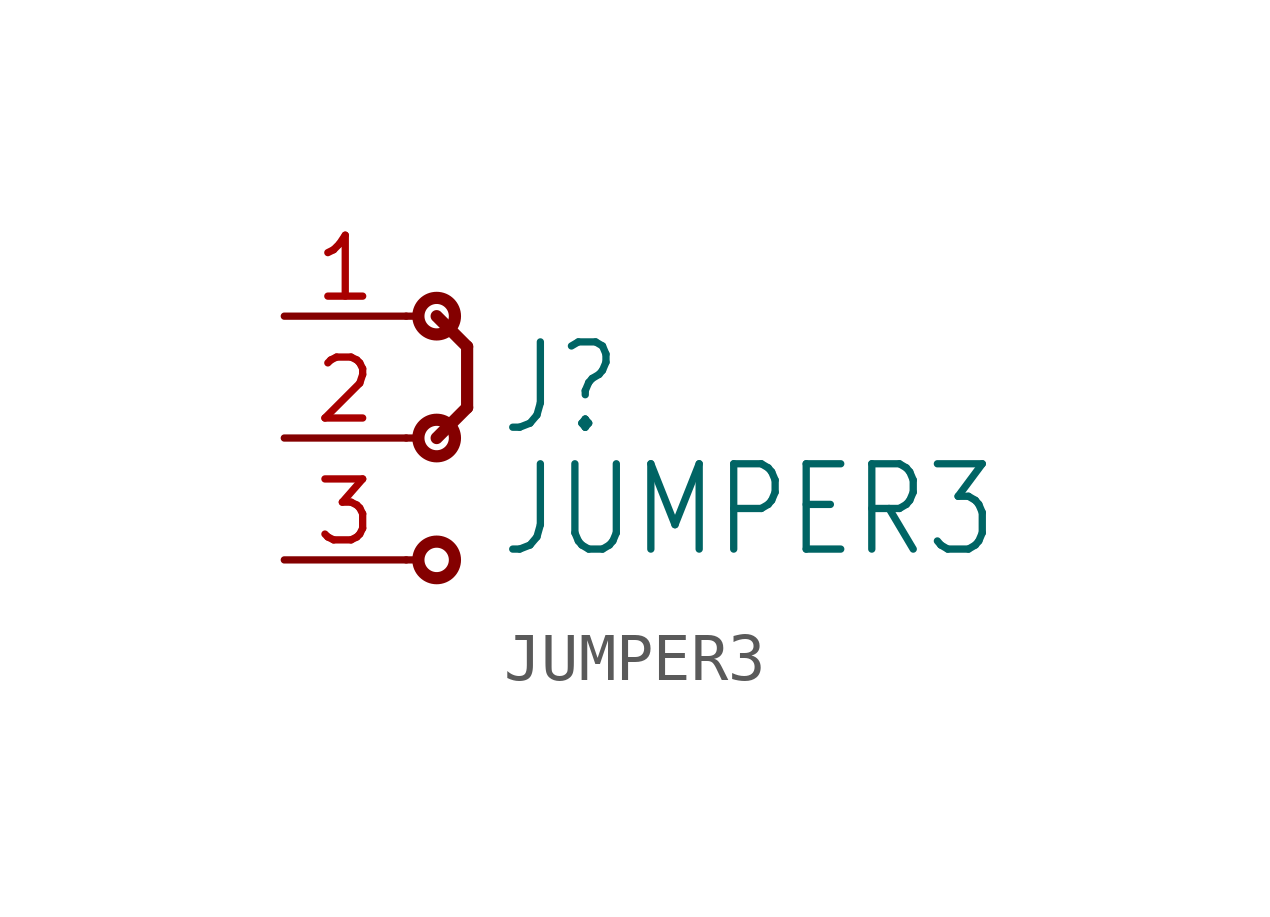
<source format=kicad_sym>
(kicad_symbol_lib
  (version 20220331)
  (generator kicad_symbol_editor)
  (symbol "JUMPER3"
    (property "Reference" "J"
      (at 1.905 0 0)
      (effects (font (size 1.778 1.511)) (justify left bottom)))
    (property "Value" "JUMPER3"
      (at 1.905 -2.54 0)
      (effects (font (size 1.778 1.511)) (justify left bottom)))
    (property "ki_locked" ""
      (at 0 0 0)
      (effects (font (size 1.27 1.27))))
    (symbol "JUMPER3_1_0"
      (polyline (pts (xy 0 -2.54) (xy 0.254 -2.54)) (stroke (width 0.152) (type solid)) (fill (type none)))
      (polyline (pts (xy 0 0) (xy 0.254 0)) (stroke (width 0.152) (type solid)) (fill (type none)))
      (polyline (pts (xy 0 2.54) (xy 0.254 2.54)) (stroke (width 0.152) (type solid)) (fill (type none)))
      (polyline (pts (xy 1.27 0.635) (xy 0.635 0)) (stroke (width 0.254) (type solid)) (fill (type none)))
      (polyline (pts (xy 1.27 1.905) (xy 0.635 2.54)) (stroke (width 0.254) (type solid)) (fill (type none)))
      (polyline (pts (xy 1.27 1.905) (xy 1.27 0.635)) (stroke (width 0.254) (type solid)) (fill (type none)))
      (circle (center 0.635 -2.54) (radius 0.381) (stroke (width 0.254) (type solid)) (fill (type none)))
      (circle (center 0.635 0) (radius 0.381) (stroke (width 0.254) (type solid)) (fill (type none)))
      (circle (center 0.635 2.54) (radius 0.381) (stroke (width 0.254) (type solid)) (fill (type none)))
      (pin passive line (at -2.54 2.54 0) (length 2.54) (name "1" (effects (font (size 0 0)))) (number "1" (effects (font (size 1.27 1.27)))))
      (pin passive line (at -2.54 0 0) (length 2.54) (name "2" (effects (font (size 0 0)))) (number "2" (effects (font (size 1.27 1.27)))))
      (pin passive line (at -2.54 -2.54 0) (length 2.54) (name "3" (effects (font (size 0 0)))) (number "3" (effects (font (size 1.27 1.27))))))))
</source>
